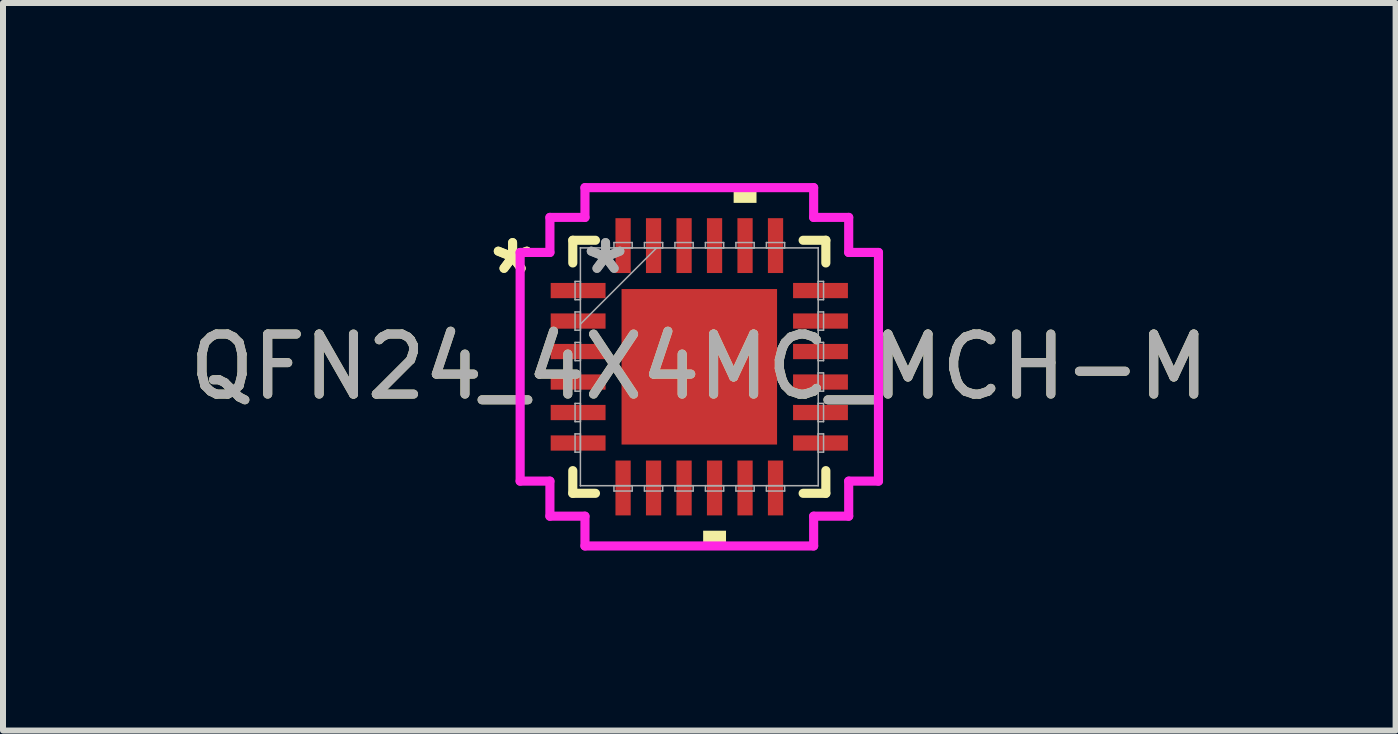
<source format=kicad_pcb>
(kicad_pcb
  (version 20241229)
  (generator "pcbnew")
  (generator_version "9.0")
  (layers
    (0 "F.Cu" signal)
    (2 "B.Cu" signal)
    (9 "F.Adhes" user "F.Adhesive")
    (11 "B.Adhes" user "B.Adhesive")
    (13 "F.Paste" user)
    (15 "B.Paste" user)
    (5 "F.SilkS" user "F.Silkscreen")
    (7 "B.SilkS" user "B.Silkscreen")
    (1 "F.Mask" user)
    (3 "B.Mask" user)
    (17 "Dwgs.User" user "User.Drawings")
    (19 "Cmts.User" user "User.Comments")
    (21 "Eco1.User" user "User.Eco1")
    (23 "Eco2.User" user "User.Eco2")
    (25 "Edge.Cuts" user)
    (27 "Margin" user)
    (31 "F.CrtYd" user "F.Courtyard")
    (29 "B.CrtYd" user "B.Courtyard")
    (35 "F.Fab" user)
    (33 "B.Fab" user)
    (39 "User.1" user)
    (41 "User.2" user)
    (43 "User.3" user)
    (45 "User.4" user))
  (footprint "QFN24_4X4MC_MCH-M"
    (layer "F.Cu")
    (at 8.601 3.061)
    (property "Reference" "QFN24_4X4MC_MCH-M" (at 0 0 0) (unlocked yes) (layer "F.SilkS") (effects (font (size 1 1) (thickness 0.15))))
    (attr smd)
    (fp_line (start -2.108 -2.108) (end -2.108 -1.73) (stroke (width 0.152) (type solid)) (layer "F.SilkS"))
    (fp_line (start -2.108 1.73) (end -2.108 2.108) (stroke (width 0.152) (type solid)) (layer "F.SilkS"))
    (fp_line (start -2.108 2.108) (end -1.73 2.108) (stroke (width 0.152) (type solid)) (layer "F.SilkS"))
    (fp_line (start -1.73 -2.108) (end -2.108 -2.108) (stroke (width 0.152) (type solid)) (layer "F.SilkS"))
    (fp_line (start 1.73 2.108) (end 2.108 2.108) (stroke (width 0.152) (type solid)) (layer "F.SilkS"))
    (fp_line (start 2.108 -2.108) (end 1.73 -2.108) (stroke (width 0.152) (type solid)) (layer "F.SilkS"))
    (fp_line (start 2.108 -1.73) (end 2.108 -2.108) (stroke (width 0.152) (type solid)) (layer "F.SilkS"))
    (fp_line (start 2.108 2.108) (end 2.108 1.73) (stroke (width 0.152) (type solid)) (layer "F.SilkS"))
    (fp_poly (pts (xy 0.064 2.731) (xy 0.064 2.985) (xy 0.445 2.985) (xy 0.445 2.731)) (stroke (width 0) (type solid)) (fill yes) (layer "F.SilkS"))
    (fp_poly (pts (xy 0.572 -2.731) (xy 0.572 -2.985) (xy 0.953 -2.985) (xy 0.953 -2.731)) (stroke (width 0) (type solid)) (fill yes) (layer "F.SilkS"))
    (fp_poly (pts (xy -1.195 -1.195) (xy -1.195 -0.1) (xy -0.1 -0.1) (xy -0.1 -1.195)) (stroke (width 0) (type solid)) (fill yes) (layer "F.Paste"))
    (fp_poly (pts (xy -1.195 0.1) (xy -1.195 1.195) (xy -0.1 1.195) (xy -0.1 0.1)) (stroke (width 0) (type solid)) (fill yes) (layer "F.Paste"))
    (fp_poly (pts (xy 0.1 -1.195) (xy 0.1 -0.1) (xy 1.195 -0.1) (xy 1.195 -1.195)) (stroke (width 0) (type solid)) (fill yes) (layer "F.Paste"))
    (fp_poly (pts (xy 0.1 0.1) (xy 0.1 1.195) (xy 1.195 1.195) (xy 1.195 0.1)) (stroke (width 0) (type solid)) (fill yes) (layer "F.Paste"))
    (fp_line (start -2.985 -1.905) (end -2.489 -1.905) (stroke (width 0.152) (type solid)) (layer "F.CrtYd"))
    (fp_line (start -2.985 1.905) (end -2.985 -1.905) (stroke (width 0.152) (type solid)) (layer "F.CrtYd"))
    (fp_line (start -2.489 -2.489) (end -1.905 -2.489) (stroke (width 0.152) (type solid)) (layer "F.CrtYd"))
    (fp_line (start -2.489 -1.905) (end -2.489 -2.489) (stroke (width 0.152) (type solid)) (layer "F.CrtYd"))
    (fp_line (start -2.489 1.905) (end -2.985 1.905) (stroke (width 0.152) (type solid)) (layer "F.CrtYd"))
    (fp_line (start -2.489 2.489) (end -2.489 1.905) (stroke (width 0.152) (type solid)) (layer "F.CrtYd"))
    (fp_line (start -1.905 -2.985) (end 1.905 -2.985) (stroke (width 0.152) (type solid)) (layer "F.CrtYd"))
    (fp_line (start -1.905 -2.489) (end -1.905 -2.985) (stroke (width 0.152) (type solid)) (layer "F.CrtYd"))
    (fp_line (start -1.905 2.489) (end -2.489 2.489) (stroke (width 0.152) (type solid)) (layer "F.CrtYd"))
    (fp_line (start -1.905 2.985) (end -1.905 2.489) (stroke (width 0.152) (type solid)) (layer "F.CrtYd"))
    (fp_line (start 1.905 -2.985) (end 1.905 -2.489) (stroke (width 0.152) (type solid)) (layer "F.CrtYd"))
    (fp_line (start 1.905 -2.489) (end 2.489 -2.489) (stroke (width 0.152) (type solid)) (layer "F.CrtYd"))
    (fp_line (start 1.905 2.489) (end 1.905 2.985) (stroke (width 0.152) (type solid)) (layer "F.CrtYd"))
    (fp_line (start 1.905 2.985) (end -1.905 2.985) (stroke (width 0.152) (type solid)) (layer "F.CrtYd"))
    (fp_line (start 2.489 -2.489) (end 2.489 -1.905) (stroke (width 0.152) (type solid)) (layer "F.CrtYd"))
    (fp_line (start 2.489 -1.905) (end 2.985 -1.905) (stroke (width 0.152) (type solid)) (layer "F.CrtYd"))
    (fp_line (start 2.489 1.905) (end 2.489 2.489) (stroke (width 0.152) (type solid)) (layer "F.CrtYd"))
    (fp_line (start 2.489 2.489) (end 1.905 2.489) (stroke (width 0.152) (type solid)) (layer "F.CrtYd"))
    (fp_line (start 2.985 -1.905) (end 2.985 1.905) (stroke (width 0.152) (type solid)) (layer "F.CrtYd"))
    (fp_line (start 2.985 1.905) (end 2.489 1.905) (stroke (width 0.152) (type solid)) (layer "F.CrtYd"))
    (fp_line (start -2.07 -1.422) (end -2.07 -1.118) (stroke (width 0.025) (type solid)) (layer "F.Fab"))
    (fp_line (start -2.07 -1.118) (end -1.981 -1.118) (stroke (width 0.025) (type solid)) (layer "F.Fab"))
    (fp_line (start -2.07 -0.914) (end -2.07 -0.61) (stroke (width 0.025) (type solid)) (layer "F.Fab"))
    (fp_line (start -2.07 -0.61) (end -1.981 -0.61) (stroke (width 0.025) (type solid)) (layer "F.Fab"))
    (fp_line (start -2.07 -0.406) (end -2.07 -0.102) (stroke (width 0.025) (type solid)) (layer "F.Fab"))
    (fp_line (start -2.07 -0.102) (end -1.981 -0.102) (stroke (width 0.025) (type solid)) (layer "F.Fab"))
    (fp_line (start -2.07 0.102) (end -2.07 0.406) (stroke (width 0.025) (type solid)) (layer "F.Fab"))
    (fp_line (start -2.07 0.406) (end -1.981 0.406) (stroke (width 0.025) (type solid)) (layer "F.Fab"))
    (fp_line (start -2.07 0.61) (end -2.07 0.914) (stroke (width 0.025) (type solid)) (layer "F.Fab"))
    (fp_line (start -2.07 0.914) (end -1.981 0.914) (stroke (width 0.025) (type solid)) (layer "F.Fab"))
    (fp_line (start -2.07 1.118) (end -2.07 1.422) (stroke (width 0.025) (type solid)) (layer "F.Fab"))
    (fp_line (start -2.07 1.422) (end -1.981 1.422) (stroke (width 0.025) (type solid)) (layer "F.Fab"))
    (fp_line (start -1.981 -1.981) (end -1.981 -1.981) (stroke (width 0.025) (type solid)) (layer "F.Fab"))
    (fp_line (start -1.981 -1.981) (end -1.981 1.981) (stroke (width 0.025) (type solid)) (layer "F.Fab"))
    (fp_line (start -1.981 -1.422) (end -2.07 -1.422) (stroke (width 0.025) (type solid)) (layer "F.Fab"))
    (fp_line (start -1.981 -1.118) (end -1.981 -1.422) (stroke (width 0.025) (type solid)) (layer "F.Fab"))
    (fp_line (start -1.981 -0.914) (end -2.07 -0.914) (stroke (width 0.025) (type solid)) (layer "F.Fab"))
    (fp_line (start -1.981 -0.711) (end -0.711 -1.981) (stroke (width 0.025) (type solid)) (layer "F.Fab"))
    (fp_line (start -1.981 -0.61) (end -1.981 -0.914) (stroke (width 0.025) (type solid)) (layer "F.Fab"))
    (fp_line (start -1.981 -0.406) (end -2.07 -0.406) (stroke (width 0.025) (type solid)) (layer "F.Fab"))
    (fp_line (start -1.981 -0.102) (end -1.981 -0.406) (stroke (width 0.025) (type solid)) (layer "F.Fab"))
    (fp_line (start -1.981 0.102) (end -2.07 0.102) (stroke (width 0.025) (type solid)) (layer "F.Fab"))
    (fp_line (start -1.981 0.406) (end -1.981 0.102) (stroke (width 0.025) (type solid)) (layer "F.Fab"))
    (fp_line (start -1.981 0.61) (end -2.07 0.61) (stroke (width 0.025) (type solid)) (layer "F.Fab"))
    (fp_line (start -1.981 0.914) (end -1.981 0.61) (stroke (width 0.025) (type solid)) (layer "F.Fab"))
    (fp_line (start -1.981 1.118) (end -2.07 1.118) (stroke (width 0.025) (type solid)) (layer "F.Fab"))
    (fp_line (start -1.981 1.422) (end -1.981 1.118) (stroke (width 0.025) (type solid)) (layer "F.Fab"))
    (fp_line (start -1.981 1.981) (end -1.981 1.981) (stroke (width 0.025) (type solid)) (layer "F.Fab"))
    (fp_line (start -1.981 1.981) (end 1.981 1.981) (stroke (width 0.025) (type solid)) (layer "F.Fab"))
    (fp_line (start -1.422 -2.07) (end -1.422 -1.981) (stroke (width 0.025) (type solid)) (layer "F.Fab"))
    (fp_line (start -1.422 -1.981) (end -1.118 -1.981) (stroke (width 0.025) (type solid)) (layer "F.Fab"))
    (fp_line (start -1.422 1.981) (end -1.422 2.07) (stroke (width 0.025) (type solid)) (layer "F.Fab"))
    (fp_line (start -1.422 2.07) (end -1.118 2.07) (stroke (width 0.025) (type solid)) (layer "F.Fab"))
    (fp_line (start -1.118 -2.07) (end -1.422 -2.07) (stroke (width 0.025) (type solid)) (layer "F.Fab"))
    (fp_line (start -1.118 -1.981) (end -1.118 -2.07) (stroke (width 0.025) (type solid)) (layer "F.Fab"))
    (fp_line (start -1.118 1.981) (end -1.422 1.981) (stroke (width 0.025) (type solid)) (layer "F.Fab"))
    (fp_line (start -1.118 2.07) (end -1.118 1.981) (stroke (width 0.025) (type solid)) (layer "F.Fab"))
    (fp_line (start -0.914 -2.07) (end -0.914 -1.981) (stroke (width 0.025) (type solid)) (layer "F.Fab"))
    (fp_line (start -0.914 -1.981) (end -0.61 -1.981) (stroke (width 0.025) (type solid)) (layer "F.Fab"))
    (fp_line (start -0.914 1.981) (end -0.914 2.07) (stroke (width 0.025) (type solid)) (layer "F.Fab"))
    (fp_line (start -0.914 2.07) (end -0.61 2.07) (stroke (width 0.025) (type solid)) (layer "F.Fab"))
    (fp_line (start -0.61 -2.07) (end -0.914 -2.07) (stroke (width 0.025) (type solid)) (layer "F.Fab"))
    (fp_line (start -0.61 -1.981) (end -0.61 -2.07) (stroke (width 0.025) (type solid)) (layer "F.Fab"))
    (fp_line (start -0.61 1.981) (end -0.914 1.981) (stroke (width 0.025) (type solid)) (layer "F.Fab"))
    (fp_line (start -0.61 2.07) (end -0.61 1.981) (stroke (width 0.025) (type solid)) (layer "F.Fab"))
    (fp_line (start -0.406 -2.07) (end -0.406 -1.981) (stroke (width 0.025) (type solid)) (layer "F.Fab"))
    (fp_line (start -0.406 -1.981) (end -0.102 -1.981) (stroke (width 0.025) (type solid)) (layer "F.Fab"))
    (fp_line (start -0.406 1.981) (end -0.406 2.07) (stroke (width 0.025) (type solid)) (layer "F.Fab"))
    (fp_line (start -0.406 2.07) (end -0.102 2.07) (stroke (width 0.025) (type solid)) (layer "F.Fab"))
    (fp_line (start -0.102 -2.07) (end -0.406 -2.07) (stroke (width 0.025) (type solid)) (layer "F.Fab"))
    (fp_line (start -0.102 -1.981) (end -0.102 -2.07) (stroke (width 0.025) (type solid)) (layer "F.Fab"))
    (fp_line (start -0.102 1.981) (end -0.406 1.981) (stroke (width 0.025) (type solid)) (layer "F.Fab"))
    (fp_line (start -0.102 2.07) (end -0.102 1.981) (stroke (width 0.025) (type solid)) (layer "F.Fab"))
    (fp_line (start 0.102 -2.07) (end 0.102 -1.981) (stroke (width 0.025) (type solid)) (layer "F.Fab"))
    (fp_line (start 0.102 -1.981) (end 0.406 -1.981) (stroke (width 0.025) (type solid)) (layer "F.Fab"))
    (fp_line (start 0.102 1.981) (end 0.102 2.07) (stroke (width 0.025) (type solid)) (layer "F.Fab"))
    (fp_line (start 0.102 2.07) (end 0.406 2.07) (stroke (width 0.025) (type solid)) (layer "F.Fab"))
    (fp_line (start 0.406 -2.07) (end 0.102 -2.07) (stroke (width 0.025) (type solid)) (layer "F.Fab"))
    (fp_line (start 0.406 -1.981) (end 0.406 -2.07) (stroke (width 0.025) (type solid)) (layer "F.Fab"))
    (fp_line (start 0.406 1.981) (end 0.102 1.981) (stroke (width 0.025) (type solid)) (layer "F.Fab"))
    (fp_line (start 0.406 2.07) (end 0.406 1.981) (stroke (width 0.025) (type solid)) (layer "F.Fab"))
    (fp_line (start 0.61 -2.07) (end 0.61 -1.981) (stroke (width 0.025) (type solid)) (layer "F.Fab"))
    (fp_line (start 0.61 -1.981) (end 0.914 -1.981) (stroke (width 0.025) (type solid)) (layer "F.Fab"))
    (fp_line (start 0.61 1.981) (end 0.61 2.07) (stroke (width 0.025) (type solid)) (layer "F.Fab"))
    (fp_line (start 0.61 2.07) (end 0.914 2.07) (stroke (width 0.025) (type solid)) (layer "F.Fab"))
    (fp_line (start 0.914 -2.07) (end 0.61 -2.07) (stroke (width 0.025) (type solid)) (layer "F.Fab"))
    (fp_line (start 0.914 -1.981) (end 0.914 -2.07) (stroke (width 0.025) (type solid)) (layer "F.Fab"))
    (fp_line (start 0.914 1.981) (end 0.61 1.981) (stroke (width 0.025) (type solid)) (layer "F.Fab"))
    (fp_line (start 0.914 2.07) (end 0.914 1.981) (stroke (width 0.025) (type solid)) (layer "F.Fab"))
    (fp_line (start 1.118 -2.07) (end 1.118 -1.981) (stroke (width 0.025) (type solid)) (layer "F.Fab"))
    (fp_line (start 1.118 -1.981) (end 1.422 -1.981) (stroke (width 0.025) (type solid)) (layer "F.Fab"))
    (fp_line (start 1.118 1.981) (end 1.118 2.07) (stroke (width 0.025) (type solid)) (layer "F.Fab"))
    (fp_line (start 1.118 2.07) (end 1.422 2.07) (stroke (width 0.025) (type solid)) (layer "F.Fab"))
    (fp_line (start 1.422 -2.07) (end 1.118 -2.07) (stroke (width 0.025) (type solid)) (layer "F.Fab"))
    (fp_line (start 1.422 -1.981) (end 1.422 -2.07) (stroke (width 0.025) (type solid)) (layer "F.Fab"))
    (fp_line (start 1.422 1.981) (end 1.118 1.981) (stroke (width 0.025) (type solid)) (layer "F.Fab"))
    (fp_line (start 1.422 2.07) (end 1.422 1.981) (stroke (width 0.025) (type solid)) (layer "F.Fab"))
    (fp_line (start 1.981 -1.981) (end -1.981 -1.981) (stroke (width 0.025) (type solid)) (layer "F.Fab"))
    (fp_line (start 1.981 -1.981) (end 1.981 -1.981) (stroke (width 0.025) (type solid)) (layer "F.Fab"))
    (fp_line (start 1.981 -1.422) (end 1.981 -1.118) (stroke (width 0.025) (type solid)) (layer "F.Fab"))
    (fp_line (start 1.981 -1.118) (end 2.07 -1.118) (stroke (width 0.025) (type solid)) (layer "F.Fab"))
    (fp_line (start 1.981 -0.914) (end 1.981 -0.61) (stroke (width 0.025) (type solid)) (layer "F.Fab"))
    (fp_line (start 1.981 -0.61) (end 2.07 -0.61) (stroke (width 0.025) (type solid)) (layer "F.Fab"))
    (fp_line (start 1.981 -0.406) (end 1.981 -0.102) (stroke (width 0.025) (type solid)) (layer "F.Fab"))
    (fp_line (start 1.981 -0.102) (end 2.07 -0.102) (stroke (width 0.025) (type solid)) (layer "F.Fab"))
    (fp_line (start 1.981 0.102) (end 1.981 0.406) (stroke (width 0.025) (type solid)) (layer "F.Fab"))
    (fp_line (start 1.981 0.406) (end 2.07 0.406) (stroke (width 0.025) (type solid)) (layer "F.Fab"))
    (fp_line (start 1.981 0.61) (end 1.981 0.914) (stroke (width 0.025) (type solid)) (layer "F.Fab"))
    (fp_line (start 1.981 0.914) (end 2.07 0.914) (stroke (width 0.025) (type solid)) (layer "F.Fab"))
    (fp_line (start 1.981 1.118) (end 1.981 1.422) (stroke (width 0.025) (type solid)) (layer "F.Fab"))
    (fp_line (start 1.981 1.422) (end 2.07 1.422) (stroke (width 0.025) (type solid)) (layer "F.Fab"))
    (fp_line (start 1.981 1.981) (end 1.981 -1.981) (stroke (width 0.025) (type solid)) (layer "F.Fab"))
    (fp_line (start 1.981 1.981) (end 1.981 1.981) (stroke (width 0.025) (type solid)) (layer "F.Fab"))
    (fp_line (start 2.07 -1.422) (end 1.981 -1.422) (stroke (width 0.025) (type solid)) (layer "F.Fab"))
    (fp_line (start 2.07 -1.118) (end 2.07 -1.422) (stroke (width 0.025) (type solid)) (layer "F.Fab"))
    (fp_line (start 2.07 -0.914) (end 1.981 -0.914) (stroke (width 0.025) (type solid)) (layer "F.Fab"))
    (fp_line (start 2.07 -0.61) (end 2.07 -0.914) (stroke (width 0.025) (type solid)) (layer "F.Fab"))
    (fp_line (start 2.07 -0.406) (end 1.981 -0.406) (stroke (width 0.025) (type solid)) (layer "F.Fab"))
    (fp_line (start 2.07 -0.102) (end 2.07 -0.406) (stroke (width 0.025) (type solid)) (layer "F.Fab"))
    (fp_line (start 2.07 0.102) (end 1.981 0.102) (stroke (width 0.025) (type solid)) (layer "F.Fab"))
    (fp_line (start 2.07 0.406) (end 2.07 0.102) (stroke (width 0.025) (type solid)) (layer "F.Fab"))
    (fp_line (start 2.07 0.61) (end 1.981 0.61) (stroke (width 0.025) (type solid)) (layer "F.Fab"))
    (fp_line (start 2.07 0.914) (end 2.07 0.61) (stroke (width 0.025) (type solid)) (layer "F.Fab"))
    (fp_line (start 2.07 1.118) (end 1.981 1.118) (stroke (width 0.025) (type solid)) (layer "F.Fab"))
    (fp_line (start 2.07 1.422) (end 2.07 1.118) (stroke (width 0.025) (type solid)) (layer "F.Fab"))
    (fp_text user "*" (at -3.111 -1.524 0) (unlocked yes) (layer "F.SilkS") (effects (font (size 1 1) (thickness 0.15))))
    (fp_text user "*" (at -3.111 -1.524 0) (layer "F.SilkS") (effects (font (size 1 1) (thickness 0.15))))
    (fp_text user "${REFERENCE}" (at 0 0 0) (unlocked yes) (layer "F.Fab") (effects (font (size 1 1) (thickness 0.15))))
    (fp_text user "*" (at -1.562 -1.524 0) (layer "F.Fab") (effects (font (size 1 1) (thickness 0.15))))
    (fp_text user "*" (at -1.562 -1.524 0) (unlocked yes) (layer "F.Fab") (effects (font (size 1 1) (thickness 0.15))))
    (pad "1" smd rect (at -2.019 -1.27 90) (size 0.254 0.914) (layers "F.Cu" "F.Mask" "F.Paste"))
    (pad "2" smd rect (at -2.019 -0.762 90) (size 0.254 0.914) (layers "F.Cu" "F.Mask" "F.Paste"))
    (pad "3" smd rect (at -2.019 -0.254 90) (size 0.254 0.914) (layers "F.Cu" "F.Mask" "F.Paste"))
    (pad "4" smd rect (at -2.019 0.254 90) (size 0.254 0.914) (layers "F.Cu" "F.Mask" "F.Paste"))
    (pad "5" smd rect (at -2.019 0.762 90) (size 0.254 0.914) (layers "F.Cu" "F.Mask" "F.Paste"))
    (pad "6" smd rect (at -2.019 1.27 90) (size 0.254 0.914) (layers "F.Cu" "F.Mask" "F.Paste"))
    (pad "7" smd rect (at -1.27 2.019) (size 0.254 0.914) (layers "F.Cu" "F.Mask" "F.Paste"))
    (pad "8" smd rect (at -0.762 2.019) (size 0.254 0.914) (layers "F.Cu" "F.Mask" "F.Paste"))
    (pad "9" smd rect (at -0.254 2.019) (size 0.254 0.914) (layers "F.Cu" "F.Mask" "F.Paste"))
    (pad "10" smd rect (at 0.254 2.019) (size 0.254 0.914) (layers "F.Cu" "F.Mask" "F.Paste"))
    (pad "11" smd rect (at 0.762 2.019) (size 0.254 0.914) (layers "F.Cu" "F.Mask" "F.Paste"))
    (pad "12" smd rect (at 1.27 2.019) (size 0.254 0.914) (layers "F.Cu" "F.Mask" "F.Paste"))
    (pad "13" smd rect (at 2.019 1.27 90) (size 0.254 0.914) (layers "F.Cu" "F.Mask" "F.Paste"))
    (pad "14" smd rect (at 2.019 0.762 90) (size 0.254 0.914) (layers "F.Cu" "F.Mask" "F.Paste"))
    (pad "15" smd rect (at 2.019 0.254 90) (size 0.254 0.914) (layers "F.Cu" "F.Mask" "F.Paste"))
    (pad "16" smd rect (at 2.019 -0.254 90) (size 0.254 0.914) (layers "F.Cu" "F.Mask" "F.Paste"))
    (pad "17" smd rect (at 2.019 -0.762 90) (size 0.254 0.914) (layers "F.Cu" "F.Mask" "F.Paste"))
    (pad "18" smd rect (at 2.019 -1.27 90) (size 0.254 0.914) (layers "F.Cu" "F.Mask" "F.Paste"))
    (pad "19" smd rect (at 1.27 -2.019) (size 0.254 0.914) (layers "F.Cu" "F.Mask" "F.Paste"))
    (pad "20" smd rect (at 0.762 -2.019) (size 0.254 0.914) (layers "F.Cu" "F.Mask" "F.Paste"))
    (pad "21" smd rect (at 0.254 -2.019) (size 0.254 0.914) (layers "F.Cu" "F.Mask" "F.Paste"))
    (pad "22" smd rect (at -0.254 -2.019) (size 0.254 0.914) (layers "F.Cu" "F.Mask" "F.Paste"))
    (pad "23" smd rect (at -0.762 -2.019) (size 0.254 0.914) (layers "F.Cu" "F.Mask" "F.Paste"))
    (pad "24" smd rect (at -1.27 -2.019) (size 0.254 0.914) (layers "F.Cu" "F.Mask" "F.Paste"))
    (pad "25" smd rect (at 0 0) (size 2.591 2.591) (layers "F.Cu" "F.Mask" "F.Paste")))
  (gr_rect
    (start -3 -3)
    (end 20.202 9.121)
    (stroke (width 0.1) (type default))
    (fill no)
    (layer "Edge.Cuts")))
</source>
